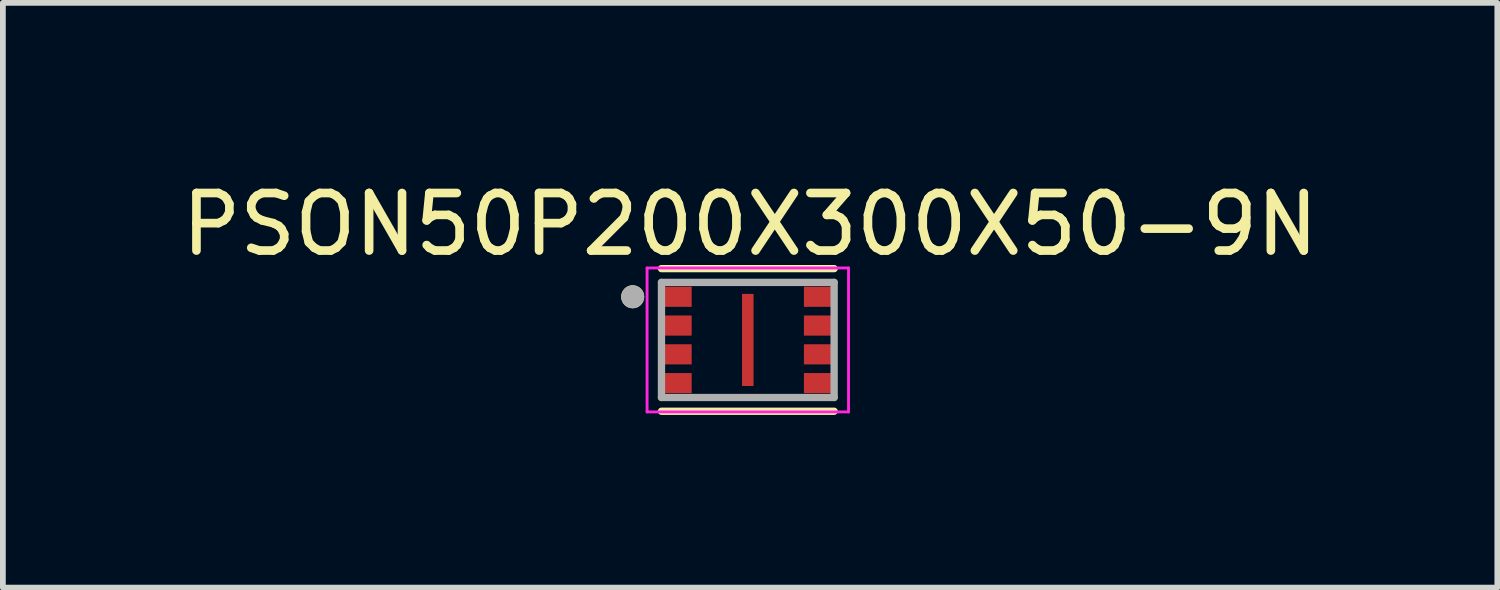
<source format=kicad_pcb>
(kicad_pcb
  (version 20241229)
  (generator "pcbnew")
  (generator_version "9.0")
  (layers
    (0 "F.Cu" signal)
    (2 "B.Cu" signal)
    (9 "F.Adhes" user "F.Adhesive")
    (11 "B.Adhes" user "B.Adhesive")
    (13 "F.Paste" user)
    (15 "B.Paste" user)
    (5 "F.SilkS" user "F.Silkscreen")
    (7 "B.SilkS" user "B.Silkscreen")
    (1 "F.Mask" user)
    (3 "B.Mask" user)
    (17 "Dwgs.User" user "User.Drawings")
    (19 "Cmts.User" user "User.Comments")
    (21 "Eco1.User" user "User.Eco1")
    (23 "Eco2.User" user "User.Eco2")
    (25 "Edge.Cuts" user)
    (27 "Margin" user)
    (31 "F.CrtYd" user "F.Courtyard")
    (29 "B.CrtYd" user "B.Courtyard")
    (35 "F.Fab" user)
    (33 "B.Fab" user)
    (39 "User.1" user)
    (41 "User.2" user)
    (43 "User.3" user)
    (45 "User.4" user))
  (footprint "PSON50P200X300X50-9N"
    (layer "F.Cu")
    (at 9.942 2.856)
    (property "Reference" "PSON50P200X300X50-9N" (at 0.04 -2.008 0) (layer "F.SilkS") (effects (font (size 1 1) (thickness 0.15))))
    (attr through_hole)
    (fp_line (start -1.5 -1.239) (end 1.5 -1.239) (stroke (width 0.127) (type solid)) (layer "F.SilkS"))
    (fp_line (start -1.5 1.239) (end 1.5 1.239) (stroke (width 0.127) (type solid)) (layer "F.SilkS"))
    (fp_circle (center -2 -0.75) (end -1.9 -0.75) (stroke (width 0.2) (type solid)) (fill no) (layer "F.SilkS"))
    (fp_poly (pts (xy -0.06 -0.51) (xy 0.06 -0.51) (xy 0.06 0.51) (xy -0.06 0.51)) (stroke (width 0.01) (type solid)) (fill yes) (layer "F.Paste"))
    (fp_line (start -1.75 -1.25) (end -1.75 1.25) (stroke (width 0.05) (type solid)) (layer "F.CrtYd"))
    (fp_line (start -1.75 -1.25) (end 1.75 -1.25) (stroke (width 0.05) (type solid)) (layer "F.CrtYd"))
    (fp_line (start -1.75 1.25) (end 1.75 1.25) (stroke (width 0.05) (type solid)) (layer "F.CrtYd"))
    (fp_line (start 1.75 -1.25) (end 1.75 1.25) (stroke (width 0.05) (type solid)) (layer "F.CrtYd"))
    (fp_line (start -1.5 -1) (end -1.5 1) (stroke (width 0.127) (type solid)) (layer "F.Fab"))
    (fp_line (start -1.5 -1) (end 1.5 -1) (stroke (width 0.127) (type solid)) (layer "F.Fab"))
    (fp_line (start -1.5 1) (end 1.5 1) (stroke (width 0.127) (type solid)) (layer "F.Fab"))
    (fp_line (start 1.5 -1) (end 1.5 1) (stroke (width 0.127) (type solid)) (layer "F.Fab"))
    (fp_circle (center -2 -0.75) (end -1.9 -0.75) (stroke (width 0.2) (type solid)) (fill no) (layer "F.Fab"))
    (pad "1" smd rect (at -1.22 -0.75) (size 0.49 0.35) (layers "F.Cu" "F.Mask" "F.Paste"))
    (pad "2" smd rect (at -1.22 -0.25) (size 0.49 0.35) (layers "F.Cu" "F.Mask" "F.Paste"))
    (pad "3" smd rect (at -1.22 0.25) (size 0.49 0.35) (layers "F.Cu" "F.Mask" "F.Paste"))
    (pad "4" smd rect (at -1.22 0.75) (size 0.49 0.35) (layers "F.Cu" "F.Mask" "F.Paste"))
    (pad "5" smd rect (at 1.22 0.75) (size 0.49 0.35) (layers "F.Cu" "F.Mask" "F.Paste"))
    (pad "6" smd rect (at 1.22 0.25) (size 0.49 0.35) (layers "F.Cu" "F.Mask" "F.Paste"))
    (pad "7" smd rect (at 1.22 -0.25) (size 0.49 0.35) (layers "F.Cu" "F.Mask" "F.Paste"))
    (pad "8" smd rect (at 1.22 -0.75) (size 0.49 0.35) (layers "F.Cu" "F.Mask" "F.Paste"))
    (pad "9" smd rect (at 0 0) (size 0.2 1.6) (layers "F.Cu" "F.Mask")))
  (gr_rect
    (start -3 -3)
    (end 22.964 7.159)
    (stroke (width 0.1) (type default))
    (fill no)
    (layer "Edge.Cuts")))
</source>
